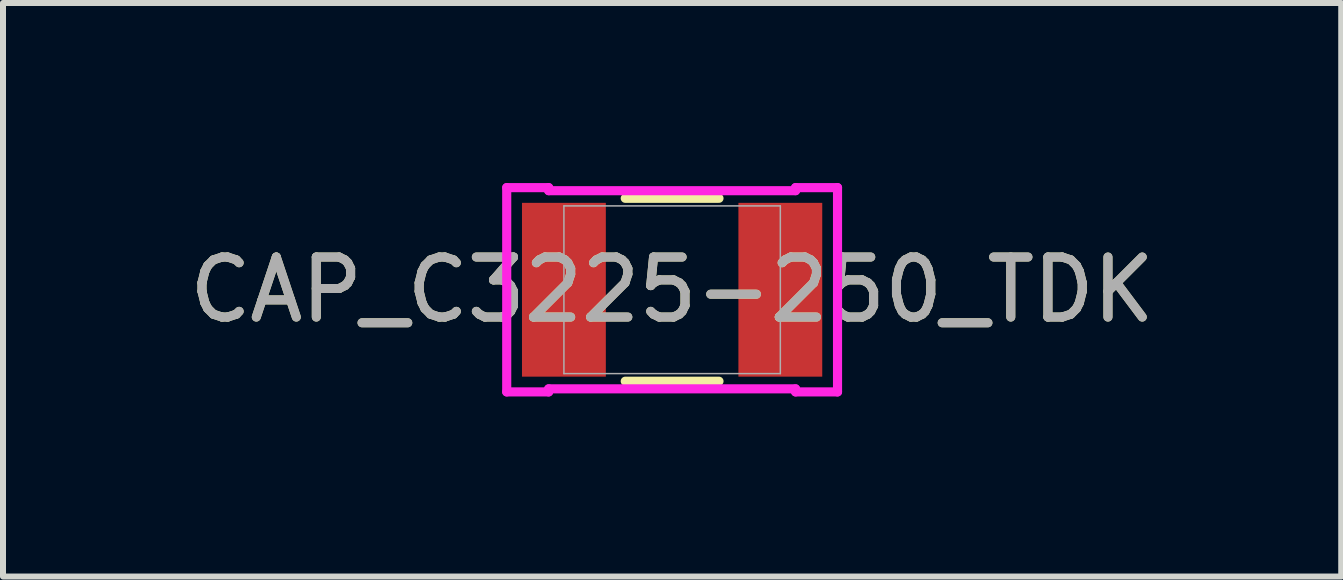
<source format=kicad_pcb>
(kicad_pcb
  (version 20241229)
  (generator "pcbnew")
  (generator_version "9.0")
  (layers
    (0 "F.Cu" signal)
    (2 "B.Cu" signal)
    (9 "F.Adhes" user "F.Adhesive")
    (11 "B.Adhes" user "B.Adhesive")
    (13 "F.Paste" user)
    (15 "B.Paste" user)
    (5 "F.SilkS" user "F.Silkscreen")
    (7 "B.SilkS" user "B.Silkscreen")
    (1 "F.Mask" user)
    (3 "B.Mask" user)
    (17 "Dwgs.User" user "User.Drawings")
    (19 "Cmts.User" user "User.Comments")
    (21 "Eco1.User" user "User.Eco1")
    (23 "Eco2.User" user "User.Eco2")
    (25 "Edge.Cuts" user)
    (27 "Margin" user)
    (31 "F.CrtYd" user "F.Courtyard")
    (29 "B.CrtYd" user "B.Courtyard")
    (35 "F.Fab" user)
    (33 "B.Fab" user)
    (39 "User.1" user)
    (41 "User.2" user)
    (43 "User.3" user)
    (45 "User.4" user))
  (footprint "CAP_C3225-250_TDK"
    (layer "F.Cu")
    (at 8.149 1.778)
    (property "Reference" "CAP_C3225-250_TDK" (at 0 0 0) (unlocked yes) (layer "F.SilkS") (effects (font (size 1 1) (thickness 0.15))))
    (attr smd)
    (fp_line (start -0.781 1.524) (end 0.781 1.524) (stroke (width 0.152) (type solid)) (layer "F.SilkS"))
    (fp_line (start 0.781 -1.524) (end -0.781 -1.524) (stroke (width 0.152) (type solid)) (layer "F.SilkS"))
    (fp_line (start -2.756 -1.702) (end -2.057 -1.702) (stroke (width 0.152) (type solid)) (layer "F.CrtYd"))
    (fp_line (start -2.756 1.702) (end -2.756 -1.702) (stroke (width 0.152) (type solid)) (layer "F.CrtYd"))
    (fp_line (start -2.057 -1.702) (end -2.057 -1.651) (stroke (width 0.152) (type solid)) (layer "F.CrtYd"))
    (fp_line (start -2.057 -1.651) (end 2.057 -1.651) (stroke (width 0.152) (type solid)) (layer "F.CrtYd"))
    (fp_line (start -2.057 1.651) (end -2.057 1.702) (stroke (width 0.152) (type solid)) (layer "F.CrtYd"))
    (fp_line (start -2.057 1.702) (end -2.756 1.702) (stroke (width 0.152) (type solid)) (layer "F.CrtYd"))
    (fp_line (start 2.057 -1.702) (end 2.756 -1.702) (stroke (width 0.152) (type solid)) (layer "F.CrtYd"))
    (fp_line (start 2.057 -1.651) (end 2.057 -1.702) (stroke (width 0.152) (type solid)) (layer "F.CrtYd"))
    (fp_line (start 2.057 1.651) (end -2.057 1.651) (stroke (width 0.152) (type solid)) (layer "F.CrtYd"))
    (fp_line (start 2.057 1.702) (end 2.057 1.651) (stroke (width 0.152) (type solid)) (layer "F.CrtYd"))
    (fp_line (start 2.756 -1.702) (end 2.756 1.702) (stroke (width 0.152) (type solid)) (layer "F.CrtYd"))
    (fp_line (start 2.756 1.702) (end 2.057 1.702) (stroke (width 0.152) (type solid)) (layer "F.CrtYd"))
    (fp_line (start -1.803 -1.397) (end -1.803 1.397) (stroke (width 0.025) (type solid)) (layer "F.Fab"))
    (fp_line (start -1.803 1.397) (end 1.803 1.397) (stroke (width 0.025) (type solid)) (layer "F.Fab"))
    (fp_line (start 1.803 -1.397) (end -1.803 -1.397) (stroke (width 0.025) (type solid)) (layer "F.Fab"))
    (fp_line (start 1.803 1.397) (end 1.803 -1.397) (stroke (width 0.025) (type solid)) (layer "F.Fab"))
    (fp_text user "${REFERENCE}" (at 0 0 0) (unlocked yes) (layer "F.Fab") (effects (font (size 1 1) (thickness 0.15))))
    (pad "1" smd rect (at -1.803 0) (size 1.397 2.896) (layers "F.Cu" "F.Mask" "F.Paste"))
    (pad "2" smd rect (at 1.803 0) (size 1.397 2.896) (layers "F.Cu" "F.Mask" "F.Paste"))
    (zone (net_name "") (layer "F.Cu") (hatch full 0.508) (connect_pads) (min_thickness 0.254) (filled_areas_thickness no) (keepout (tracks not_allowed) (vias not_allowed) (pads allowed) (copperpour not_allowed) (footprints allowed)) (placement (enabled no)) (fill) (polygon (pts (xy 7.095 0.381) (xy 9.203 0.381) (xy 9.203 3.175) (xy 7.095 3.175)))))
  (gr_rect
    (start -3 -3)
    (end 19.298 6.556)
    (stroke (width 0.1) (type default))
    (fill no)
    (layer "Edge.Cuts")))
</source>
